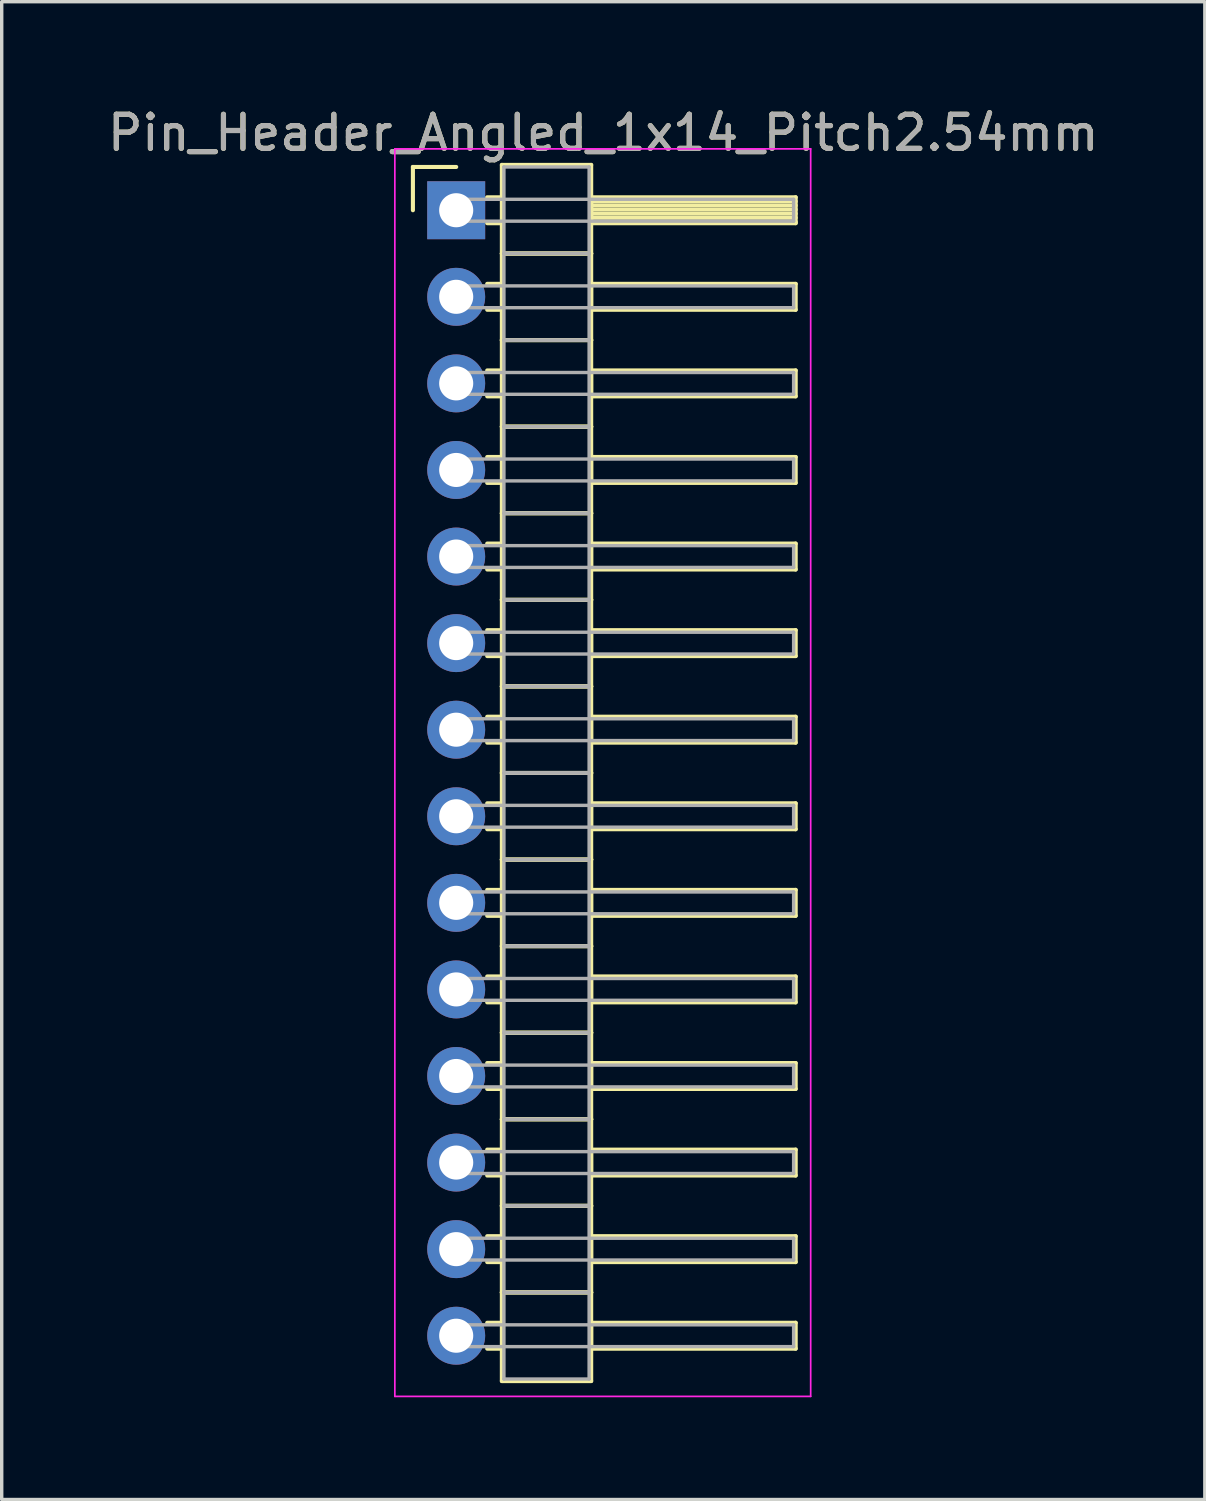
<source format=kicad_pcb>
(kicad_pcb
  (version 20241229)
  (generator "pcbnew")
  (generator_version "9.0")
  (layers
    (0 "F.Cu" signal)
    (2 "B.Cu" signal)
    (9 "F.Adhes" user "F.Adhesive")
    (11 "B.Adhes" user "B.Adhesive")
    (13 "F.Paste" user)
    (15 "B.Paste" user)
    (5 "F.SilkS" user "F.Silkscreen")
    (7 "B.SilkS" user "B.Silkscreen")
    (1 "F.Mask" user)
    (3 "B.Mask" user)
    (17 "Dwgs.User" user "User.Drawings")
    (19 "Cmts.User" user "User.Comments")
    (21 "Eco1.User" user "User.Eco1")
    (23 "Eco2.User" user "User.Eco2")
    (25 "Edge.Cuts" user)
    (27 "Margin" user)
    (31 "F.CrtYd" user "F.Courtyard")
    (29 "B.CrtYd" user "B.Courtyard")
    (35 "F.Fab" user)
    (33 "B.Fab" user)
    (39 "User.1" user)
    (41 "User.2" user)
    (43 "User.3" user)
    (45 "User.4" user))
  (footprint "Pin_Header_Angled_1x14_Pitch2.54mm"
    (layer "F.Cu")
    (at 10.334 3.118)
    (property "Reference" "Pin_Header_Angled_1x14_Pitch2.54mm" (at 4.315 -2.27 0) (layer "F.SilkS") (effects (font (size 1 1) (thickness 0.15))))
    (attr through_hole)
    (fp_line (start -1.27 -1.27) (end 0 -1.27) (stroke (width 0.12) (type solid)) (layer "F.SilkS"))
    (fp_line (start -1.27 0) (end -1.27 -1.27) (stroke (width 0.12) (type solid)) (layer "F.SilkS"))
    (fp_line (start 0.91 -0.38) (end 1.34 -0.38) (stroke (width 0.12) (type solid)) (layer "F.SilkS"))
    (fp_line (start 0.91 0.38) (end 1.34 0.38) (stroke (width 0.12) (type solid)) (layer "F.SilkS"))
    (fp_line (start 0.91 2.16) (end 1.34 2.16) (stroke (width 0.12) (type solid)) (layer "F.SilkS"))
    (fp_line (start 0.91 2.92) (end 1.34 2.92) (stroke (width 0.12) (type solid)) (layer "F.SilkS"))
    (fp_line (start 0.91 4.7) (end 1.34 4.7) (stroke (width 0.12) (type solid)) (layer "F.SilkS"))
    (fp_line (start 0.91 5.46) (end 1.34 5.46) (stroke (width 0.12) (type solid)) (layer "F.SilkS"))
    (fp_line (start 0.91 7.24) (end 1.34 7.24) (stroke (width 0.12) (type solid)) (layer "F.SilkS"))
    (fp_line (start 0.91 8) (end 1.34 8) (stroke (width 0.12) (type solid)) (layer "F.SilkS"))
    (fp_line (start 0.91 9.78) (end 1.34 9.78) (stroke (width 0.12) (type solid)) (layer "F.SilkS"))
    (fp_line (start 0.91 10.54) (end 1.34 10.54) (stroke (width 0.12) (type solid)) (layer "F.SilkS"))
    (fp_line (start 0.91 12.32) (end 1.34 12.32) (stroke (width 0.12) (type solid)) (layer "F.SilkS"))
    (fp_line (start 0.91 13.08) (end 1.34 13.08) (stroke (width 0.12) (type solid)) (layer "F.SilkS"))
    (fp_line (start 0.91 14.86) (end 1.34 14.86) (stroke (width 0.12) (type solid)) (layer "F.SilkS"))
    (fp_line (start 0.91 15.62) (end 1.34 15.62) (stroke (width 0.12) (type solid)) (layer "F.SilkS"))
    (fp_line (start 0.91 17.4) (end 1.34 17.4) (stroke (width 0.12) (type solid)) (layer "F.SilkS"))
    (fp_line (start 0.91 18.16) (end 1.34 18.16) (stroke (width 0.12) (type solid)) (layer "F.SilkS"))
    (fp_line (start 0.91 19.94) (end 1.34 19.94) (stroke (width 0.12) (type solid)) (layer "F.SilkS"))
    (fp_line (start 0.91 20.7) (end 1.34 20.7) (stroke (width 0.12) (type solid)) (layer "F.SilkS"))
    (fp_line (start 0.91 22.48) (end 1.34 22.48) (stroke (width 0.12) (type solid)) (layer "F.SilkS"))
    (fp_line (start 0.91 23.24) (end 1.34 23.24) (stroke (width 0.12) (type solid)) (layer "F.SilkS"))
    (fp_line (start 0.91 25.02) (end 1.34 25.02) (stroke (width 0.12) (type solid)) (layer "F.SilkS"))
    (fp_line (start 0.91 25.78) (end 1.34 25.78) (stroke (width 0.12) (type solid)) (layer "F.SilkS"))
    (fp_line (start 0.91 27.56) (end 1.34 27.56) (stroke (width 0.12) (type solid)) (layer "F.SilkS"))
    (fp_line (start 0.91 28.32) (end 1.34 28.32) (stroke (width 0.12) (type solid)) (layer "F.SilkS"))
    (fp_line (start 0.91 30.1) (end 1.34 30.1) (stroke (width 0.12) (type solid)) (layer "F.SilkS"))
    (fp_line (start 0.91 30.86) (end 1.34 30.86) (stroke (width 0.12) (type solid)) (layer "F.SilkS"))
    (fp_line (start 0.91 32.64) (end 1.34 32.64) (stroke (width 0.12) (type solid)) (layer "F.SilkS"))
    (fp_line (start 0.91 33.4) (end 1.34 33.4) (stroke (width 0.12) (type solid)) (layer "F.SilkS"))
    (fp_line (start 1.34 -1.33) (end 1.34 1.27) (stroke (width 0.12) (type solid)) (layer "F.SilkS"))
    (fp_line (start 1.34 1.27) (end 1.34 3.81) (stroke (width 0.12) (type solid)) (layer "F.SilkS"))
    (fp_line (start 1.34 1.27) (end 3.96 1.27) (stroke (width 0.12) (type solid)) (layer "F.SilkS"))
    (fp_line (start 1.34 3.81) (end 1.34 6.35) (stroke (width 0.12) (type solid)) (layer "F.SilkS"))
    (fp_line (start 1.34 3.81) (end 3.96 3.81) (stroke (width 0.12) (type solid)) (layer "F.SilkS"))
    (fp_line (start 1.34 6.35) (end 1.34 8.89) (stroke (width 0.12) (type solid)) (layer "F.SilkS"))
    (fp_line (start 1.34 6.35) (end 3.96 6.35) (stroke (width 0.12) (type solid)) (layer "F.SilkS"))
    (fp_line (start 1.34 8.89) (end 1.34 11.43) (stroke (width 0.12) (type solid)) (layer "F.SilkS"))
    (fp_line (start 1.34 8.89) (end 3.96 8.89) (stroke (width 0.12) (type solid)) (layer "F.SilkS"))
    (fp_line (start 1.34 11.43) (end 1.34 13.97) (stroke (width 0.12) (type solid)) (layer "F.SilkS"))
    (fp_line (start 1.34 11.43) (end 3.96 11.43) (stroke (width 0.12) (type solid)) (layer "F.SilkS"))
    (fp_line (start 1.34 13.97) (end 1.34 16.51) (stroke (width 0.12) (type solid)) (layer "F.SilkS"))
    (fp_line (start 1.34 13.97) (end 3.96 13.97) (stroke (width 0.12) (type solid)) (layer "F.SilkS"))
    (fp_line (start 1.34 16.51) (end 1.34 19.05) (stroke (width 0.12) (type solid)) (layer "F.SilkS"))
    (fp_line (start 1.34 16.51) (end 3.96 16.51) (stroke (width 0.12) (type solid)) (layer "F.SilkS"))
    (fp_line (start 1.34 19.05) (end 1.34 21.59) (stroke (width 0.12) (type solid)) (layer "F.SilkS"))
    (fp_line (start 1.34 19.05) (end 3.96 19.05) (stroke (width 0.12) (type solid)) (layer "F.SilkS"))
    (fp_line (start 1.34 21.59) (end 1.34 24.13) (stroke (width 0.12) (type solid)) (layer "F.SilkS"))
    (fp_line (start 1.34 21.59) (end 3.96 21.59) (stroke (width 0.12) (type solid)) (layer "F.SilkS"))
    (fp_line (start 1.34 24.13) (end 1.34 26.67) (stroke (width 0.12) (type solid)) (layer "F.SilkS"))
    (fp_line (start 1.34 24.13) (end 3.96 24.13) (stroke (width 0.12) (type solid)) (layer "F.SilkS"))
    (fp_line (start 1.34 26.67) (end 1.34 29.21) (stroke (width 0.12) (type solid)) (layer "F.SilkS"))
    (fp_line (start 1.34 26.67) (end 3.96 26.67) (stroke (width 0.12) (type solid)) (layer "F.SilkS"))
    (fp_line (start 1.34 29.21) (end 1.34 31.75) (stroke (width 0.12) (type solid)) (layer "F.SilkS"))
    (fp_line (start 1.34 29.21) (end 3.96 29.21) (stroke (width 0.12) (type solid)) (layer "F.SilkS"))
    (fp_line (start 1.34 31.75) (end 1.34 34.35) (stroke (width 0.12) (type solid)) (layer "F.SilkS"))
    (fp_line (start 1.34 31.75) (end 3.96 31.75) (stroke (width 0.12) (type solid)) (layer "F.SilkS"))
    (fp_line (start 1.34 34.35) (end 3.96 34.35) (stroke (width 0.12) (type solid)) (layer "F.SilkS"))
    (fp_line (start 3.96 -1.33) (end 1.34 -1.33) (stroke (width 0.12) (type solid)) (layer "F.SilkS"))
    (fp_line (start 3.96 -0.38) (end 3.96 0.38) (stroke (width 0.12) (type solid)) (layer "F.SilkS"))
    (fp_line (start 3.96 -0.26) (end 9.96 -0.26) (stroke (width 0.12) (type solid)) (layer "F.SilkS"))
    (fp_line (start 3.96 -0.14) (end 9.96 -0.14) (stroke (width 0.12) (type solid)) (layer "F.SilkS"))
    (fp_line (start 3.96 -0.02) (end 9.96 -0.02) (stroke (width 0.12) (type solid)) (layer "F.SilkS"))
    (fp_line (start 3.96 0.1) (end 9.96 0.1) (stroke (width 0.12) (type solid)) (layer "F.SilkS"))
    (fp_line (start 3.96 0.22) (end 9.96 0.22) (stroke (width 0.12) (type solid)) (layer "F.SilkS"))
    (fp_line (start 3.96 0.34) (end 9.96 0.34) (stroke (width 0.12) (type solid)) (layer "F.SilkS"))
    (fp_line (start 3.96 0.38) (end 9.96 0.38) (stroke (width 0.12) (type solid)) (layer "F.SilkS"))
    (fp_line (start 3.96 1.27) (end 1.34 1.27) (stroke (width 0.12) (type solid)) (layer "F.SilkS"))
    (fp_line (start 3.96 1.27) (end 3.96 -1.33) (stroke (width 0.12) (type solid)) (layer "F.SilkS"))
    (fp_line (start 3.96 2.16) (end 3.96 2.92) (stroke (width 0.12) (type solid)) (layer "F.SilkS"))
    (fp_line (start 3.96 2.92) (end 9.96 2.92) (stroke (width 0.12) (type solid)) (layer "F.SilkS"))
    (fp_line (start 3.96 3.81) (end 1.34 3.81) (stroke (width 0.12) (type solid)) (layer "F.SilkS"))
    (fp_line (start 3.96 3.81) (end 3.96 1.27) (stroke (width 0.12) (type solid)) (layer "F.SilkS"))
    (fp_line (start 3.96 4.7) (end 3.96 5.46) (stroke (width 0.12) (type solid)) (layer "F.SilkS"))
    (fp_line (start 3.96 5.46) (end 9.96 5.46) (stroke (width 0.12) (type solid)) (layer "F.SilkS"))
    (fp_line (start 3.96 6.35) (end 1.34 6.35) (stroke (width 0.12) (type solid)) (layer "F.SilkS"))
    (fp_line (start 3.96 6.35) (end 3.96 3.81) (stroke (width 0.12) (type solid)) (layer "F.SilkS"))
    (fp_line (start 3.96 7.24) (end 3.96 8) (stroke (width 0.12) (type solid)) (layer "F.SilkS"))
    (fp_line (start 3.96 8) (end 9.96 8) (stroke (width 0.12) (type solid)) (layer "F.SilkS"))
    (fp_line (start 3.96 8.89) (end 1.34 8.89) (stroke (width 0.12) (type solid)) (layer "F.SilkS"))
    (fp_line (start 3.96 8.89) (end 3.96 6.35) (stroke (width 0.12) (type solid)) (layer "F.SilkS"))
    (fp_line (start 3.96 9.78) (end 3.96 10.54) (stroke (width 0.12) (type solid)) (layer "F.SilkS"))
    (fp_line (start 3.96 10.54) (end 9.96 10.54) (stroke (width 0.12) (type solid)) (layer "F.SilkS"))
    (fp_line (start 3.96 11.43) (end 1.34 11.43) (stroke (width 0.12) (type solid)) (layer "F.SilkS"))
    (fp_line (start 3.96 11.43) (end 3.96 8.89) (stroke (width 0.12) (type solid)) (layer "F.SilkS"))
    (fp_line (start 3.96 12.32) (end 3.96 13.08) (stroke (width 0.12) (type solid)) (layer "F.SilkS"))
    (fp_line (start 3.96 13.08) (end 9.96 13.08) (stroke (width 0.12) (type solid)) (layer "F.SilkS"))
    (fp_line (start 3.96 13.97) (end 1.34 13.97) (stroke (width 0.12) (type solid)) (layer "F.SilkS"))
    (fp_line (start 3.96 13.97) (end 3.96 11.43) (stroke (width 0.12) (type solid)) (layer "F.SilkS"))
    (fp_line (start 3.96 14.86) (end 3.96 15.62) (stroke (width 0.12) (type solid)) (layer "F.SilkS"))
    (fp_line (start 3.96 15.62) (end 9.96 15.62) (stroke (width 0.12) (type solid)) (layer "F.SilkS"))
    (fp_line (start 3.96 16.51) (end 1.34 16.51) (stroke (width 0.12) (type solid)) (layer "F.SilkS"))
    (fp_line (start 3.96 16.51) (end 3.96 13.97) (stroke (width 0.12) (type solid)) (layer "F.SilkS"))
    (fp_line (start 3.96 17.4) (end 3.96 18.16) (stroke (width 0.12) (type solid)) (layer "F.SilkS"))
    (fp_line (start 3.96 18.16) (end 9.96 18.16) (stroke (width 0.12) (type solid)) (layer "F.SilkS"))
    (fp_line (start 3.96 19.05) (end 1.34 19.05) (stroke (width 0.12) (type solid)) (layer "F.SilkS"))
    (fp_line (start 3.96 19.05) (end 3.96 16.51) (stroke (width 0.12) (type solid)) (layer "F.SilkS"))
    (fp_line (start 3.96 19.94) (end 3.96 20.7) (stroke (width 0.12) (type solid)) (layer "F.SilkS"))
    (fp_line (start 3.96 20.7) (end 9.96 20.7) (stroke (width 0.12) (type solid)) (layer "F.SilkS"))
    (fp_line (start 3.96 21.59) (end 1.34 21.59) (stroke (width 0.12) (type solid)) (layer "F.SilkS"))
    (fp_line (start 3.96 21.59) (end 3.96 19.05) (stroke (width 0.12) (type solid)) (layer "F.SilkS"))
    (fp_line (start 3.96 22.48) (end 3.96 23.24) (stroke (width 0.12) (type solid)) (layer "F.SilkS"))
    (fp_line (start 3.96 23.24) (end 9.96 23.24) (stroke (width 0.12) (type solid)) (layer "F.SilkS"))
    (fp_line (start 3.96 24.13) (end 1.34 24.13) (stroke (width 0.12) (type solid)) (layer "F.SilkS"))
    (fp_line (start 3.96 24.13) (end 3.96 21.59) (stroke (width 0.12) (type solid)) (layer "F.SilkS"))
    (fp_line (start 3.96 25.02) (end 3.96 25.78) (stroke (width 0.12) (type solid)) (layer "F.SilkS"))
    (fp_line (start 3.96 25.78) (end 9.96 25.78) (stroke (width 0.12) (type solid)) (layer "F.SilkS"))
    (fp_line (start 3.96 26.67) (end 1.34 26.67) (stroke (width 0.12) (type solid)) (layer "F.SilkS"))
    (fp_line (start 3.96 26.67) (end 3.96 24.13) (stroke (width 0.12) (type solid)) (layer "F.SilkS"))
    (fp_line (start 3.96 27.56) (end 3.96 28.32) (stroke (width 0.12) (type solid)) (layer "F.SilkS"))
    (fp_line (start 3.96 28.32) (end 9.96 28.32) (stroke (width 0.12) (type solid)) (layer "F.SilkS"))
    (fp_line (start 3.96 29.21) (end 1.34 29.21) (stroke (width 0.12) (type solid)) (layer "F.SilkS"))
    (fp_line (start 3.96 29.21) (end 3.96 26.67) (stroke (width 0.12) (type solid)) (layer "F.SilkS"))
    (fp_line (start 3.96 30.1) (end 3.96 30.86) (stroke (width 0.12) (type solid)) (layer "F.SilkS"))
    (fp_line (start 3.96 30.86) (end 9.96 30.86) (stroke (width 0.12) (type solid)) (layer "F.SilkS"))
    (fp_line (start 3.96 31.75) (end 1.34 31.75) (stroke (width 0.12) (type solid)) (layer "F.SilkS"))
    (fp_line (start 3.96 31.75) (end 3.96 29.21) (stroke (width 0.12) (type solid)) (layer "F.SilkS"))
    (fp_line (start 3.96 32.64) (end 3.96 33.4) (stroke (width 0.12) (type solid)) (layer "F.SilkS"))
    (fp_line (start 3.96 33.4) (end 9.96 33.4) (stroke (width 0.12) (type solid)) (layer "F.SilkS"))
    (fp_line (start 3.96 34.35) (end 3.96 31.75) (stroke (width 0.12) (type solid)) (layer "F.SilkS"))
    (fp_line (start 9.96 -0.38) (end 3.96 -0.38) (stroke (width 0.12) (type solid)) (layer "F.SilkS"))
    (fp_line (start 9.96 0.38) (end 9.96 -0.38) (stroke (width 0.12) (type solid)) (layer "F.SilkS"))
    (fp_line (start 9.96 2.16) (end 3.96 2.16) (stroke (width 0.12) (type solid)) (layer "F.SilkS"))
    (fp_line (start 9.96 2.92) (end 9.96 2.16) (stroke (width 0.12) (type solid)) (layer "F.SilkS"))
    (fp_line (start 9.96 4.7) (end 3.96 4.7) (stroke (width 0.12) (type solid)) (layer "F.SilkS"))
    (fp_line (start 9.96 5.46) (end 9.96 4.7) (stroke (width 0.12) (type solid)) (layer "F.SilkS"))
    (fp_line (start 9.96 7.24) (end 3.96 7.24) (stroke (width 0.12) (type solid)) (layer "F.SilkS"))
    (fp_line (start 9.96 8) (end 9.96 7.24) (stroke (width 0.12) (type solid)) (layer "F.SilkS"))
    (fp_line (start 9.96 9.78) (end 3.96 9.78) (stroke (width 0.12) (type solid)) (layer "F.SilkS"))
    (fp_line (start 9.96 10.54) (end 9.96 9.78) (stroke (width 0.12) (type solid)) (layer "F.SilkS"))
    (fp_line (start 9.96 12.32) (end 3.96 12.32) (stroke (width 0.12) (type solid)) (layer "F.SilkS"))
    (fp_line (start 9.96 13.08) (end 9.96 12.32) (stroke (width 0.12) (type solid)) (layer "F.SilkS"))
    (fp_line (start 9.96 14.86) (end 3.96 14.86) (stroke (width 0.12) (type solid)) (layer "F.SilkS"))
    (fp_line (start 9.96 15.62) (end 9.96 14.86) (stroke (width 0.12) (type solid)) (layer "F.SilkS"))
    (fp_line (start 9.96 17.4) (end 3.96 17.4) (stroke (width 0.12) (type solid)) (layer "F.SilkS"))
    (fp_line (start 9.96 18.16) (end 9.96 17.4) (stroke (width 0.12) (type solid)) (layer "F.SilkS"))
    (fp_line (start 9.96 19.94) (end 3.96 19.94) (stroke (width 0.12) (type solid)) (layer "F.SilkS"))
    (fp_line (start 9.96 20.7) (end 9.96 19.94) (stroke (width 0.12) (type solid)) (layer "F.SilkS"))
    (fp_line (start 9.96 22.48) (end 3.96 22.48) (stroke (width 0.12) (type solid)) (layer "F.SilkS"))
    (fp_line (start 9.96 23.24) (end 9.96 22.48) (stroke (width 0.12) (type solid)) (layer "F.SilkS"))
    (fp_line (start 9.96 25.02) (end 3.96 25.02) (stroke (width 0.12) (type solid)) (layer "F.SilkS"))
    (fp_line (start 9.96 25.78) (end 9.96 25.02) (stroke (width 0.12) (type solid)) (layer "F.SilkS"))
    (fp_line (start 9.96 27.56) (end 3.96 27.56) (stroke (width 0.12) (type solid)) (layer "F.SilkS"))
    (fp_line (start 9.96 28.32) (end 9.96 27.56) (stroke (width 0.12) (type solid)) (layer "F.SilkS"))
    (fp_line (start 9.96 30.1) (end 3.96 30.1) (stroke (width 0.12) (type solid)) (layer "F.SilkS"))
    (fp_line (start 9.96 30.86) (end 9.96 30.1) (stroke (width 0.12) (type solid)) (layer "F.SilkS"))
    (fp_line (start 9.96 32.64) (end 3.96 32.64) (stroke (width 0.12) (type solid)) (layer "F.SilkS"))
    (fp_line (start 9.96 33.4) (end 9.96 32.64) (stroke (width 0.12) (type solid)) (layer "F.SilkS"))
    (fp_line (start -1.8 -1.8) (end -1.8 34.8) (stroke (width 0.05) (type solid)) (layer "F.CrtYd"))
    (fp_line (start -1.8 34.8) (end 10.4 34.8) (stroke (width 0.05) (type solid)) (layer "F.CrtYd"))
    (fp_line (start 10.4 -1.8) (end -1.8 -1.8) (stroke (width 0.05) (type solid)) (layer "F.CrtYd"))
    (fp_line (start 10.4 34.8) (end 10.4 -1.8) (stroke (width 0.05) (type solid)) (layer "F.CrtYd"))
    (fp_line (start 0 -0.32) (end 0 0.32) (stroke (width 0.1) (type solid)) (layer "F.Fab"))
    (fp_line (start 0 0.32) (end 9.9 0.32) (stroke (width 0.1) (type solid)) (layer "F.Fab"))
    (fp_line (start 0 2.22) (end 0 2.86) (stroke (width 0.1) (type solid)) (layer "F.Fab"))
    (fp_line (start 0 2.86) (end 9.9 2.86) (stroke (width 0.1) (type solid)) (layer "F.Fab"))
    (fp_line (start 0 4.76) (end 0 5.4) (stroke (width 0.1) (type solid)) (layer "F.Fab"))
    (fp_line (start 0 5.4) (end 9.9 5.4) (stroke (width 0.1) (type solid)) (layer "F.Fab"))
    (fp_line (start 0 7.3) (end 0 7.94) (stroke (width 0.1) (type solid)) (layer "F.Fab"))
    (fp_line (start 0 7.94) (end 9.9 7.94) (stroke (width 0.1) (type solid)) (layer "F.Fab"))
    (fp_line (start 0 9.84) (end 0 10.48) (stroke (width 0.1) (type solid)) (layer "F.Fab"))
    (fp_line (start 0 10.48) (end 9.9 10.48) (stroke (width 0.1) (type solid)) (layer "F.Fab"))
    (fp_line (start 0 12.38) (end 0 13.02) (stroke (width 0.1) (type solid)) (layer "F.Fab"))
    (fp_line (start 0 13.02) (end 9.9 13.02) (stroke (width 0.1) (type solid)) (layer "F.Fab"))
    (fp_line (start 0 14.92) (end 0 15.56) (stroke (width 0.1) (type solid)) (layer "F.Fab"))
    (fp_line (start 0 15.56) (end 9.9 15.56) (stroke (width 0.1) (type solid)) (layer "F.Fab"))
    (fp_line (start 0 17.46) (end 0 18.1) (stroke (width 0.1) (type solid)) (layer "F.Fab"))
    (fp_line (start 0 18.1) (end 9.9 18.1) (stroke (width 0.1) (type solid)) (layer "F.Fab"))
    (fp_line (start 0 20) (end 0 20.64) (stroke (width 0.1) (type solid)) (layer "F.Fab"))
    (fp_line (start 0 20.64) (end 9.9 20.64) (stroke (width 0.1) (type solid)) (layer "F.Fab"))
    (fp_line (start 0 22.54) (end 0 23.18) (stroke (width 0.1) (type solid)) (layer "F.Fab"))
    (fp_line (start 0 23.18) (end 9.9 23.18) (stroke (width 0.1) (type solid)) (layer "F.Fab"))
    (fp_line (start 0 25.08) (end 0 25.72) (stroke (width 0.1) (type solid)) (layer "F.Fab"))
    (fp_line (start 0 25.72) (end 9.9 25.72) (stroke (width 0.1) (type solid)) (layer "F.Fab"))
    (fp_line (start 0 27.62) (end 0 28.26) (stroke (width 0.1) (type solid)) (layer "F.Fab"))
    (fp_line (start 0 28.26) (end 9.9 28.26) (stroke (width 0.1) (type solid)) (layer "F.Fab"))
    (fp_line (start 0 30.16) (end 0 30.8) (stroke (width 0.1) (type solid)) (layer "F.Fab"))
    (fp_line (start 0 30.8) (end 9.9 30.8) (stroke (width 0.1) (type solid)) (layer "F.Fab"))
    (fp_line (start 0 32.7) (end 0 33.34) (stroke (width 0.1) (type solid)) (layer "F.Fab"))
    (fp_line (start 0 33.34) (end 9.9 33.34) (stroke (width 0.1) (type solid)) (layer "F.Fab"))
    (fp_line (start 1.4 -1.27) (end 1.4 1.27) (stroke (width 0.1) (type solid)) (layer "F.Fab"))
    (fp_line (start 1.4 1.27) (end 1.4 3.81) (stroke (width 0.1) (type solid)) (layer "F.Fab"))
    (fp_line (start 1.4 1.27) (end 3.9 1.27) (stroke (width 0.1) (type solid)) (layer "F.Fab"))
    (fp_line (start 1.4 3.81) (end 1.4 6.35) (stroke (width 0.1) (type solid)) (layer "F.Fab"))
    (fp_line (start 1.4 3.81) (end 3.9 3.81) (stroke (width 0.1) (type solid)) (layer "F.Fab"))
    (fp_line (start 1.4 6.35) (end 1.4 8.89) (stroke (width 0.1) (type solid)) (layer "F.Fab"))
    (fp_line (start 1.4 6.35) (end 3.9 6.35) (stroke (width 0.1) (type solid)) (layer "F.Fab"))
    (fp_line (start 1.4 8.89) (end 1.4 11.43) (stroke (width 0.1) (type solid)) (layer "F.Fab"))
    (fp_line (start 1.4 8.89) (end 3.9 8.89) (stroke (width 0.1) (type solid)) (layer "F.Fab"))
    (fp_line (start 1.4 11.43) (end 1.4 13.97) (stroke (width 0.1) (type solid)) (layer "F.Fab"))
    (fp_line (start 1.4 11.43) (end 3.9 11.43) (stroke (width 0.1) (type solid)) (layer "F.Fab"))
    (fp_line (start 1.4 13.97) (end 1.4 16.51) (stroke (width 0.1) (type solid)) (layer "F.Fab"))
    (fp_line (start 1.4 13.97) (end 3.9 13.97) (stroke (width 0.1) (type solid)) (layer "F.Fab"))
    (fp_line (start 1.4 16.51) (end 1.4 19.05) (stroke (width 0.1) (type solid)) (layer "F.Fab"))
    (fp_line (start 1.4 16.51) (end 3.9 16.51) (stroke (width 0.1) (type solid)) (layer "F.Fab"))
    (fp_line (start 1.4 19.05) (end 1.4 21.59) (stroke (width 0.1) (type solid)) (layer "F.Fab"))
    (fp_line (start 1.4 19.05) (end 3.9 19.05) (stroke (width 0.1) (type solid)) (layer "F.Fab"))
    (fp_line (start 1.4 21.59) (end 1.4 24.13) (stroke (width 0.1) (type solid)) (layer "F.Fab"))
    (fp_line (start 1.4 21.59) (end 3.9 21.59) (stroke (width 0.1) (type solid)) (layer "F.Fab"))
    (fp_line (start 1.4 24.13) (end 1.4 26.67) (stroke (width 0.1) (type solid)) (layer "F.Fab"))
    (fp_line (start 1.4 24.13) (end 3.9 24.13) (stroke (width 0.1) (type solid)) (layer "F.Fab"))
    (fp_line (start 1.4 26.67) (end 1.4 29.21) (stroke (width 0.1) (type solid)) (layer "F.Fab"))
    (fp_line (start 1.4 26.67) (end 3.9 26.67) (stroke (width 0.1) (type solid)) (layer "F.Fab"))
    (fp_line (start 1.4 29.21) (end 1.4 31.75) (stroke (width 0.1) (type solid)) (layer "F.Fab"))
    (fp_line (start 1.4 29.21) (end 3.9 29.21) (stroke (width 0.1) (type solid)) (layer "F.Fab"))
    (fp_line (start 1.4 31.75) (end 1.4 34.29) (stroke (width 0.1) (type solid)) (layer "F.Fab"))
    (fp_line (start 1.4 31.75) (end 3.9 31.75) (stroke (width 0.1) (type solid)) (layer "F.Fab"))
    (fp_line (start 1.4 34.29) (end 3.9 34.29) (stroke (width 0.1) (type solid)) (layer "F.Fab"))
    (fp_line (start 3.9 -1.27) (end 1.4 -1.27) (stroke (width 0.1) (type solid)) (layer "F.Fab"))
    (fp_line (start 3.9 1.27) (end 1.4 1.27) (stroke (width 0.1) (type solid)) (layer "F.Fab"))
    (fp_line (start 3.9 1.27) (end 3.9 -1.27) (stroke (width 0.1) (type solid)) (layer "F.Fab"))
    (fp_line (start 3.9 3.81) (end 1.4 3.81) (stroke (width 0.1) (type solid)) (layer "F.Fab"))
    (fp_line (start 3.9 3.81) (end 3.9 1.27) (stroke (width 0.1) (type solid)) (layer "F.Fab"))
    (fp_line (start 3.9 6.35) (end 1.4 6.35) (stroke (width 0.1) (type solid)) (layer "F.Fab"))
    (fp_line (start 3.9 6.35) (end 3.9 3.81) (stroke (width 0.1) (type solid)) (layer "F.Fab"))
    (fp_line (start 3.9 8.89) (end 1.4 8.89) (stroke (width 0.1) (type solid)) (layer "F.Fab"))
    (fp_line (start 3.9 8.89) (end 3.9 6.35) (stroke (width 0.1) (type solid)) (layer "F.Fab"))
    (fp_line (start 3.9 11.43) (end 1.4 11.43) (stroke (width 0.1) (type solid)) (layer "F.Fab"))
    (fp_line (start 3.9 11.43) (end 3.9 8.89) (stroke (width 0.1) (type solid)) (layer "F.Fab"))
    (fp_line (start 3.9 13.97) (end 1.4 13.97) (stroke (width 0.1) (type solid)) (layer "F.Fab"))
    (fp_line (start 3.9 13.97) (end 3.9 11.43) (stroke (width 0.1) (type solid)) (layer "F.Fab"))
    (fp_line (start 3.9 16.51) (end 1.4 16.51) (stroke (width 0.1) (type solid)) (layer "F.Fab"))
    (fp_line (start 3.9 16.51) (end 3.9 13.97) (stroke (width 0.1) (type solid)) (layer "F.Fab"))
    (fp_line (start 3.9 19.05) (end 1.4 19.05) (stroke (width 0.1) (type solid)) (layer "F.Fab"))
    (fp_line (start 3.9 19.05) (end 3.9 16.51) (stroke (width 0.1) (type solid)) (layer "F.Fab"))
    (fp_line (start 3.9 21.59) (end 1.4 21.59) (stroke (width 0.1) (type solid)) (layer "F.Fab"))
    (fp_line (start 3.9 21.59) (end 3.9 19.05) (stroke (width 0.1) (type solid)) (layer "F.Fab"))
    (fp_line (start 3.9 24.13) (end 1.4 24.13) (stroke (width 0.1) (type solid)) (layer "F.Fab"))
    (fp_line (start 3.9 24.13) (end 3.9 21.59) (stroke (width 0.1) (type solid)) (layer "F.Fab"))
    (fp_line (start 3.9 26.67) (end 1.4 26.67) (stroke (width 0.1) (type solid)) (layer "F.Fab"))
    (fp_line (start 3.9 26.67) (end 3.9 24.13) (stroke (width 0.1) (type solid)) (layer "F.Fab"))
    (fp_line (start 3.9 29.21) (end 1.4 29.21) (stroke (width 0.1) (type solid)) (layer "F.Fab"))
    (fp_line (start 3.9 29.21) (end 3.9 26.67) (stroke (width 0.1) (type solid)) (layer "F.Fab"))
    (fp_line (start 3.9 31.75) (end 1.4 31.75) (stroke (width 0.1) (type solid)) (layer "F.Fab"))
    (fp_line (start 3.9 31.75) (end 3.9 29.21) (stroke (width 0.1) (type solid)) (layer "F.Fab"))
    (fp_line (start 3.9 34.29) (end 3.9 31.75) (stroke (width 0.1) (type solid)) (layer "F.Fab"))
    (fp_line (start 9.9 -0.32) (end 0 -0.32) (stroke (width 0.1) (type solid)) (layer "F.Fab"))
    (fp_line (start 9.9 0.32) (end 9.9 -0.32) (stroke (width 0.1) (type solid)) (layer "F.Fab"))
    (fp_line (start 9.9 2.22) (end 0 2.22) (stroke (width 0.1) (type solid)) (layer "F.Fab"))
    (fp_line (start 9.9 2.86) (end 9.9 2.22) (stroke (width 0.1) (type solid)) (layer "F.Fab"))
    (fp_line (start 9.9 4.76) (end 0 4.76) (stroke (width 0.1) (type solid)) (layer "F.Fab"))
    (fp_line (start 9.9 5.4) (end 9.9 4.76) (stroke (width 0.1) (type solid)) (layer "F.Fab"))
    (fp_line (start 9.9 7.3) (end 0 7.3) (stroke (width 0.1) (type solid)) (layer "F.Fab"))
    (fp_line (start 9.9 7.94) (end 9.9 7.3) (stroke (width 0.1) (type solid)) (layer "F.Fab"))
    (fp_line (start 9.9 9.84) (end 0 9.84) (stroke (width 0.1) (type solid)) (layer "F.Fab"))
    (fp_line (start 9.9 10.48) (end 9.9 9.84) (stroke (width 0.1) (type solid)) (layer "F.Fab"))
    (fp_line (start 9.9 12.38) (end 0 12.38) (stroke (width 0.1) (type solid)) (layer "F.Fab"))
    (fp_line (start 9.9 13.02) (end 9.9 12.38) (stroke (width 0.1) (type solid)) (layer "F.Fab"))
    (fp_line (start 9.9 14.92) (end 0 14.92) (stroke (width 0.1) (type solid)) (layer "F.Fab"))
    (fp_line (start 9.9 15.56) (end 9.9 14.92) (stroke (width 0.1) (type solid)) (layer "F.Fab"))
    (fp_line (start 9.9 17.46) (end 0 17.46) (stroke (width 0.1) (type solid)) (layer "F.Fab"))
    (fp_line (start 9.9 18.1) (end 9.9 17.46) (stroke (width 0.1) (type solid)) (layer "F.Fab"))
    (fp_line (start 9.9 20) (end 0 20) (stroke (width 0.1) (type solid)) (layer "F.Fab"))
    (fp_line (start 9.9 20.64) (end 9.9 20) (stroke (width 0.1) (type solid)) (layer "F.Fab"))
    (fp_line (start 9.9 22.54) (end 0 22.54) (stroke (width 0.1) (type solid)) (layer "F.Fab"))
    (fp_line (start 9.9 23.18) (end 9.9 22.54) (stroke (width 0.1) (type solid)) (layer "F.Fab"))
    (fp_line (start 9.9 25.08) (end 0 25.08) (stroke (width 0.1) (type solid)) (layer "F.Fab"))
    (fp_line (start 9.9 25.72) (end 9.9 25.08) (stroke (width 0.1) (type solid)) (layer "F.Fab"))
    (fp_line (start 9.9 27.62) (end 0 27.62) (stroke (width 0.1) (type solid)) (layer "F.Fab"))
    (fp_line (start 9.9 28.26) (end 9.9 27.62) (stroke (width 0.1) (type solid)) (layer "F.Fab"))
    (fp_line (start 9.9 30.16) (end 0 30.16) (stroke (width 0.1) (type solid)) (layer "F.Fab"))
    (fp_line (start 9.9 30.8) (end 9.9 30.16) (stroke (width 0.1) (type solid)) (layer "F.Fab"))
    (fp_line (start 9.9 32.7) (end 0 32.7) (stroke (width 0.1) (type solid)) (layer "F.Fab"))
    (fp_line (start 9.9 33.34) (end 9.9 32.7) (stroke (width 0.1) (type solid)) (layer "F.Fab"))
    (fp_text user "${REFERENCE}" (at 4.315 -2.27 0) (layer "F.Fab") (effects (font (size 1 1) (thickness 0.15))))
    (pad "1" thru_hole rect (at 0 0) (size 1.7 1.7) (drill 1) (layers "*.Cu" "*.Mask"))
    (pad "2" thru_hole oval (at 0 2.54) (size 1.7 1.7) (drill 1) (layers "*.Cu" "*.Mask"))
    (pad "3" thru_hole oval (at 0 5.08) (size 1.7 1.7) (drill 1) (layers "*.Cu" "*.Mask"))
    (pad "4" thru_hole oval (at 0 7.62) (size 1.7 1.7) (drill 1) (layers "*.Cu" "*.Mask"))
    (pad "5" thru_hole oval (at 0 10.16) (size 1.7 1.7) (drill 1) (layers "*.Cu" "*.Mask"))
    (pad "6" thru_hole oval (at 0 12.7) (size 1.7 1.7) (drill 1) (layers "*.Cu" "*.Mask"))
    (pad "7" thru_hole oval (at 0 15.24) (size 1.7 1.7) (drill 1) (layers "*.Cu" "*.Mask"))
    (pad "8" thru_hole oval (at 0 17.78) (size 1.7 1.7) (drill 1) (layers "*.Cu" "*.Mask"))
    (pad "9" thru_hole oval (at 0 20.32) (size 1.7 1.7) (drill 1) (layers "*.Cu" "*.Mask"))
    (pad "10" thru_hole oval (at 0 22.86) (size 1.7 1.7) (drill 1) (layers "*.Cu" "*.Mask"))
    (pad "11" thru_hole oval (at 0 25.4) (size 1.7 1.7) (drill 1) (layers "*.Cu" "*.Mask"))
    (pad "12" thru_hole oval (at 0 27.94) (size 1.7 1.7) (drill 1) (layers "*.Cu" "*.Mask"))
    (pad "13" thru_hole oval (at 0 30.48) (size 1.7 1.7) (drill 1) (layers "*.Cu" "*.Mask"))
    (pad "14" thru_hole oval (at 0 33.02) (size 1.7 1.7) (drill 1) (layers "*.Cu" "*.Mask")))
  (gr_rect
    (start -3 -3)
    (end 32.298 40.943)
    (stroke (width 0.1) (type default))
    (fill no)
    (layer "Edge.Cuts")))
</source>
